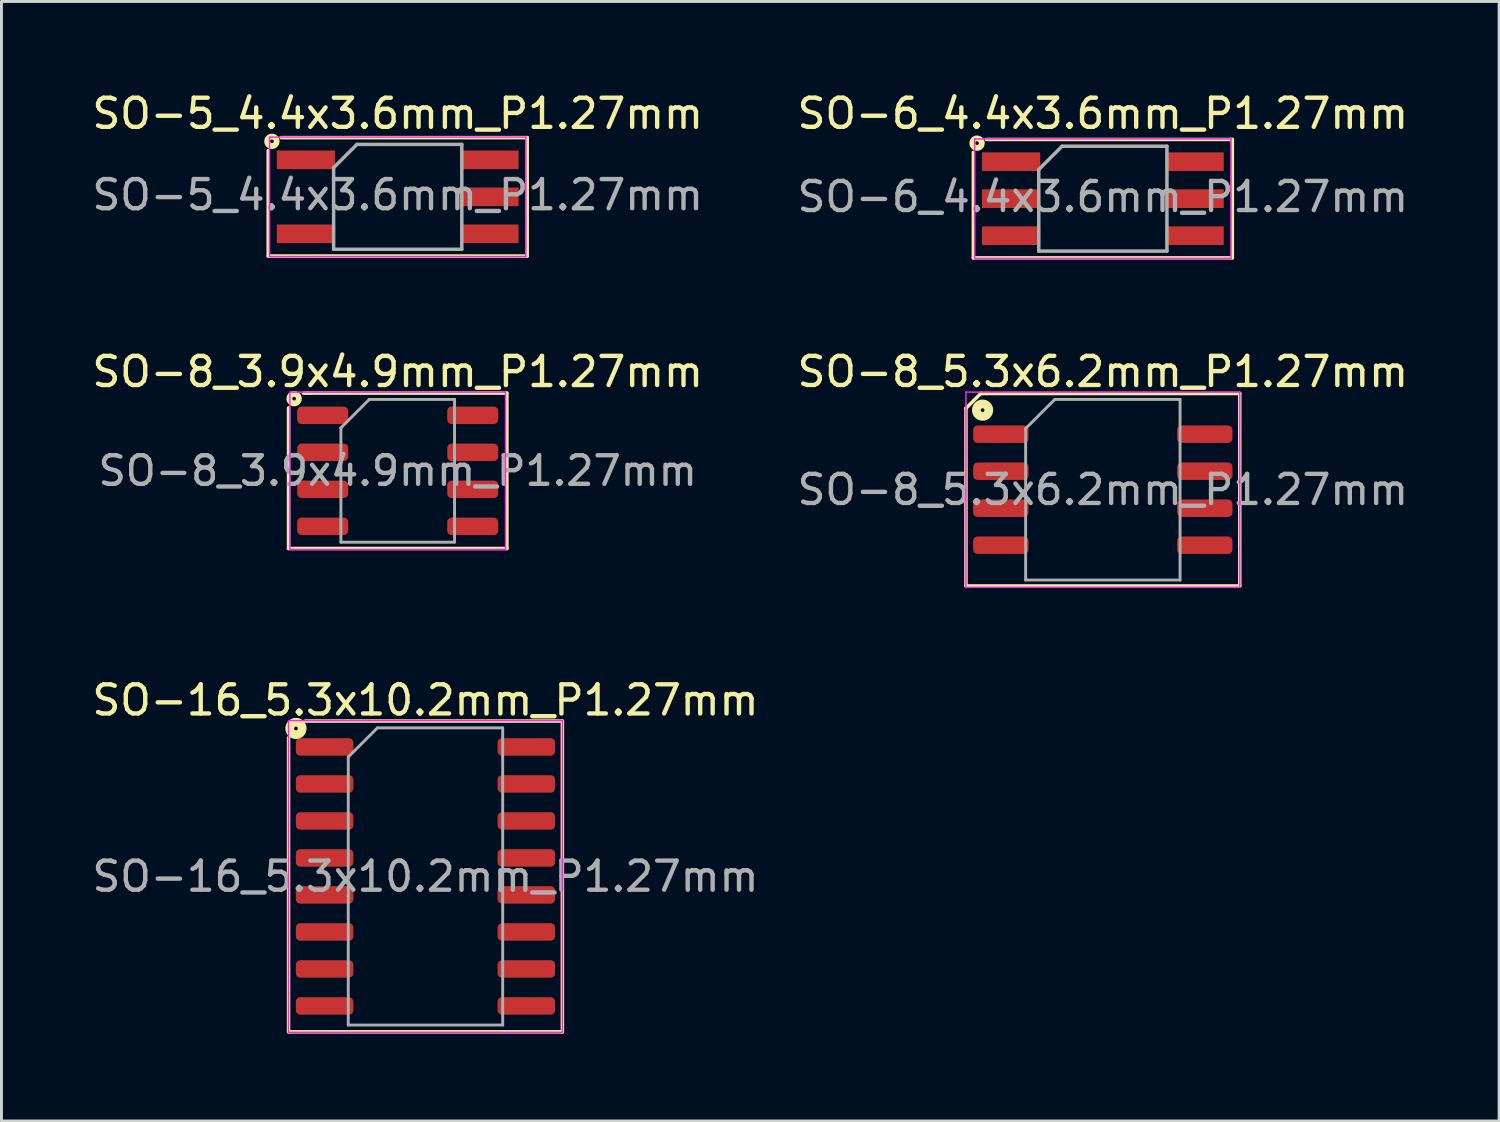
<source format=kicad_pcb>
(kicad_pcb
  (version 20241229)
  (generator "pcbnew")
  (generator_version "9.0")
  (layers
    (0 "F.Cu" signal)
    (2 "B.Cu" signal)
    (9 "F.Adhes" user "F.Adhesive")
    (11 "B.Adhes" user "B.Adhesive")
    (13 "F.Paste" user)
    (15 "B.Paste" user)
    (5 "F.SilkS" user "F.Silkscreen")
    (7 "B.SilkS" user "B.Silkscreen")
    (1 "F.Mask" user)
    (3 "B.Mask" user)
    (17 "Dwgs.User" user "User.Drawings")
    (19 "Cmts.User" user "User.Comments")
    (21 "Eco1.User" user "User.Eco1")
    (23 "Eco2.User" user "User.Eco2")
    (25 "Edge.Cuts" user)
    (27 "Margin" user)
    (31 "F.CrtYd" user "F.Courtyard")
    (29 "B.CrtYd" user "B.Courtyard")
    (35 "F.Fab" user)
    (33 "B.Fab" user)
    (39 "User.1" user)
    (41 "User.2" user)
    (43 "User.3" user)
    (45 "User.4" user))
  (footprint "SO-8_5.3x6.2mm_P1.27mm"
    (layer "F.Cu")
    (at 34.804 13.759)
    (property "Reference" "SO-8_5.3x6.2mm_P1.27mm" (at 0 -4.05 0) (layer "F.SilkS") (effects (font (size 1 1) (thickness 0.15))))
    (attr smd)
    (fp_line (start -4.699 -2.794) (end -4.699 3.302) (stroke (width 0.12) (type solid)) (layer "F.SilkS"))
    (fp_line (start -4.699 -2.794) (end -4.191 -3.302) (stroke (width 0.12) (type solid)) (layer "F.SilkS"))
    (fp_line (start -4.699 3.302) (end 4.699 3.302) (stroke (width 0.12) (type solid)) (layer "F.SilkS"))
    (fp_line (start 4.699 -3.302) (end -4.191 -3.302) (stroke (width 0.12) (type solid)) (layer "F.SilkS"))
    (fp_line (start 4.699 3.302) (end 4.699 -3.302) (stroke (width 0.12) (type solid)) (layer "F.SilkS"))
    (fp_circle (center -4.128 -2.731) (end -4.064 -2.731) (stroke (width 0.3) (type solid)) (fill no) (layer "F.SilkS"))
    (fp_line (start -4.7 -3.35) (end -4.7 3.35) (stroke (width 0.05) (type solid)) (layer "F.CrtYd"))
    (fp_line (start -4.7 3.35) (end 4.7 3.35) (stroke (width 0.05) (type solid)) (layer "F.CrtYd"))
    (fp_line (start 4.7 -3.35) (end -4.7 -3.35) (stroke (width 0.05) (type solid)) (layer "F.CrtYd"))
    (fp_line (start 4.7 3.35) (end 4.7 -3.35) (stroke (width 0.05) (type solid)) (layer "F.CrtYd"))
    (fp_line (start -2.65 -2.1) (end -1.65 -3.1) (stroke (width 0.1) (type solid)) (layer "F.Fab"))
    (fp_line (start -2.65 3.1) (end -2.65 -2.1) (stroke (width 0.1) (type solid)) (layer "F.Fab"))
    (fp_line (start -1.65 -3.1) (end 2.65 -3.1) (stroke (width 0.1) (type solid)) (layer "F.Fab"))
    (fp_line (start 2.65 -3.1) (end 2.65 3.1) (stroke (width 0.1) (type solid)) (layer "F.Fab"))
    (fp_line (start 2.65 3.1) (end -2.65 3.1) (stroke (width 0.1) (type solid)) (layer "F.Fab"))
    (fp_text user "${REFERENCE}" (at 0 0 0) (layer "F.Fab") (effects (font (size 1 1) (thickness 0.15))))
    (pad "1" smd roundrect (at -3.5 -1.905) (size 1.9 0.6) (layers "F.Cu" "F.Mask" "F.Paste") (roundrect_rratio 0.25))
    (pad "2" smd roundrect (at -3.5 -0.635) (size 1.9 0.6) (layers "F.Cu" "F.Mask" "F.Paste") (roundrect_rratio 0.25))
    (pad "3" smd roundrect (at -3.5 0.635) (size 1.9 0.6) (layers "F.Cu" "F.Mask" "F.Paste") (roundrect_rratio 0.25))
    (pad "4" smd roundrect (at -3.5 1.905) (size 1.9 0.6) (layers "F.Cu" "F.Mask" "F.Paste") (roundrect_rratio 0.25))
    (pad "5" smd roundrect (at 3.5 1.905) (size 1.9 0.6) (layers "F.Cu" "F.Mask" "F.Paste") (roundrect_rratio 0.25))
    (pad "6" smd roundrect (at 3.5 0.635) (size 1.9 0.6) (layers "F.Cu" "F.Mask" "F.Paste") (roundrect_rratio 0.25))
    (pad "7" smd roundrect (at 3.5 -0.635) (size 1.9 0.6) (layers "F.Cu" "F.Mask" "F.Paste") (roundrect_rratio 0.25))
    (pad "8" smd roundrect (at 3.5 -1.905) (size 1.9 0.6) (layers "F.Cu" "F.Mask" "F.Paste") (roundrect_rratio 0.25)))
  (footprint "SO-8_3.9x4.9mm_P1.27mm"
    (layer "F.Cu")
    (at 10.601 13.11)
    (property "Reference" "SO-8_3.9x4.9mm_P1.27mm" (at 0 -3.4 0) (layer "F.SilkS") (effects (font (size 1 1) (thickness 0.15))))
    (attr smd)
    (fp_line (start -3.747 -2.159) (end -3.747 2.667) (stroke (width 0.12) (type solid)) (layer "F.SilkS"))
    (fp_line (start -3.747 2.667) (end 3.747 2.667) (stroke (width 0.12) (type solid)) (layer "F.SilkS"))
    (fp_line (start -3.111 -2.667) (end -3.239 -2.667) (stroke (width 0.12) (type solid)) (layer "F.SilkS"))
    (fp_line (start 3.747 -2.667) (end -3.111 -2.667) (stroke (width 0.12) (type solid)) (layer "F.SilkS"))
    (fp_line (start 3.747 2.667) (end 3.747 -2.667) (stroke (width 0.12) (type solid)) (layer "F.SilkS"))
    (fp_circle (center -3.556 -2.477) (end -3.493 -2.477) (stroke (width 0.2) (type solid)) (fill no) (layer "F.SilkS"))
    (fp_line (start -3.7 -2.7) (end -3.7 2.7) (stroke (width 0.05) (type solid)) (layer "F.CrtYd"))
    (fp_line (start -3.7 2.7) (end 3.7 2.7) (stroke (width 0.05) (type solid)) (layer "F.CrtYd"))
    (fp_line (start 3.7 -2.7) (end -3.7 -2.7) (stroke (width 0.05) (type solid)) (layer "F.CrtYd"))
    (fp_line (start 3.7 2.7) (end 3.7 -2.7) (stroke (width 0.05) (type solid)) (layer "F.CrtYd"))
    (fp_line (start -1.95 -1.475) (end -0.975 -2.45) (stroke (width 0.1) (type solid)) (layer "F.Fab"))
    (fp_line (start -1.95 2.45) (end -1.95 -1.475) (stroke (width 0.1) (type solid)) (layer "F.Fab"))
    (fp_line (start -0.975 -2.45) (end 1.95 -2.45) (stroke (width 0.1) (type solid)) (layer "F.Fab"))
    (fp_line (start 1.95 -2.45) (end 1.95 2.45) (stroke (width 0.1) (type solid)) (layer "F.Fab"))
    (fp_line (start 1.95 2.45) (end -1.95 2.45) (stroke (width 0.1) (type solid)) (layer "F.Fab"))
    (fp_text user "${REFERENCE}" (at 0 0 0) (layer "F.Fab") (effects (font (size 0.98 0.98) (thickness 0.15))))
    (pad "1" smd roundrect (at -2.575 -1.905) (size 1.75 0.6) (layers "F.Cu" "F.Mask" "F.Paste") (roundrect_rratio 0.25))
    (pad "2" smd roundrect (at -2.575 -0.635) (size 1.75 0.6) (layers "F.Cu" "F.Mask" "F.Paste") (roundrect_rratio 0.25))
    (pad "3" smd roundrect (at -2.575 0.635) (size 1.75 0.6) (layers "F.Cu" "F.Mask" "F.Paste") (roundrect_rratio 0.25))
    (pad "4" smd roundrect (at -2.575 1.905) (size 1.75 0.6) (layers "F.Cu" "F.Mask" "F.Paste") (roundrect_rratio 0.25))
    (pad "5" smd roundrect (at 2.575 1.905) (size 1.75 0.6) (layers "F.Cu" "F.Mask" "F.Paste") (roundrect_rratio 0.25))
    (pad "6" smd roundrect (at 2.575 0.635) (size 1.75 0.6) (layers "F.Cu" "F.Mask" "F.Paste") (roundrect_rratio 0.25))
    (pad "7" smd roundrect (at 2.575 -0.635) (size 1.75 0.6) (layers "F.Cu" "F.Mask" "F.Paste") (roundrect_rratio 0.25))
    (pad "8" smd roundrect (at 2.575 -1.905) (size 1.75 0.6) (layers "F.Cu" "F.Mask" "F.Paste") (roundrect_rratio 0.25)))
  (footprint "SO-5_4.4x3.6mm_P1.27mm"
    (layer "F.Cu")
    (at 10.601 3.706)
    (property "Reference" "SO-5_4.4x3.6mm_P1.27mm" (at 0 -2.857 0) (layer "F.SilkS") (effects (font (size 1 1) (thickness 0.15))))
    (attr smd)
    (fp_line (start -4.445 2.032) (end -4.445 -1.587) (stroke (width 0.12) (type solid)) (layer "F.SilkS"))
    (fp_line (start -4 -2.032) (end 4.381 -2.032) (stroke (width 0.12) (type solid)) (layer "F.SilkS"))
    (fp_line (start 4.381 -2.032) (end 4.445 -2.032) (stroke (width 0.12) (type solid)) (layer "F.SilkS"))
    (fp_line (start 4.445 -2.032) (end 4.445 2.032) (stroke (width 0.12) (type solid)) (layer "F.SilkS"))
    (fp_line (start 4.445 2.032) (end -4.445 2.032) (stroke (width 0.12) (type solid)) (layer "F.SilkS"))
    (fp_circle (center -4.318 -1.905) (end -4.255 -1.905) (stroke (width 0.2) (type solid)) (fill no) (layer "F.SilkS"))
    (fp_line (start -4.4 -2.05) (end -4.4 2.05) (stroke (width 0.05) (type solid)) (layer "F.CrtYd"))
    (fp_line (start -4.4 -2.05) (end 4.4 -2.05) (stroke (width 0.05) (type solid)) (layer "F.CrtYd"))
    (fp_line (start 4.4 2.05) (end -4.4 2.05) (stroke (width 0.05) (type solid)) (layer "F.CrtYd"))
    (fp_line (start 4.4 2.05) (end 4.4 -2.05) (stroke (width 0.05) (type solid)) (layer "F.CrtYd"))
    (fp_line (start -2.2 -1) (end -1.4 -1.8) (stroke (width 0.12) (type solid)) (layer "F.Fab"))
    (fp_line (start -2.2 1.8) (end -2.2 -1) (stroke (width 0.12) (type solid)) (layer "F.Fab"))
    (fp_line (start -1.4 -1.8) (end 2.2 -1.8) (stroke (width 0.12) (type solid)) (layer "F.Fab"))
    (fp_line (start 2.2 -1.8) (end 2.2 1.8) (stroke (width 0.12) (type solid)) (layer "F.Fab"))
    (fp_line (start 2.2 1.8) (end -2.2 1.8) (stroke (width 0.12) (type solid)) (layer "F.Fab"))
    (fp_text user "${REFERENCE}" (at 0 -0.065 0) (layer "F.Fab") (effects (font (size 1 1) (thickness 0.15))))
    (pad "1" smd rect (at -3.15 -1.27) (size 2 0.64) (layers "F.Cu" "F.Mask" "F.Paste"))
    (pad "3" smd rect (at -3.15 1.27) (size 2 0.64) (layers "F.Cu" "F.Mask" "F.Paste"))
    (pad "4" smd rect (at 3.15 1.27) (size 2 0.64) (layers "F.Cu" "F.Mask" "F.Paste"))
    (pad "5" smd rect (at 3.15 0) (size 2 0.64) (layers "F.Cu" "F.Mask" "F.Paste"))
    (pad "6" smd rect (at 3.15 -1.27) (size 2 0.64) (layers "F.Cu" "F.Mask" "F.Paste")))
  (footprint "SO-16_5.3x10.2mm_P1.27mm"
    (layer "F.Cu")
    (at 11.554 27.033)
    (property "Reference" "SO-16_5.3x10.2mm_P1.27mm" (at 0 -6.05 0) (layer "F.SilkS") (effects (font (size 1 1) (thickness 0.15))))
    (attr smd)
    (fp_line (start -4.699 -4.763) (end -4.699 5.334) (stroke (width 0.12) (type solid)) (layer "F.SilkS"))
    (fp_line (start -4.699 5.334) (end 4.699 5.334) (stroke (width 0.12) (type solid)) (layer "F.SilkS"))
    (fp_line (start 4.699 -5.334) (end -4.128 -5.334) (stroke (width 0.12) (type solid)) (layer "F.SilkS"))
    (fp_line (start 4.699 5.334) (end 4.699 -5.334) (stroke (width 0.12) (type solid)) (layer "F.SilkS"))
    (fp_circle (center -4.445 -5.08) (end -4.381 -5.08) (stroke (width 0.3) (type solid)) (fill no) (layer "F.SilkS"))
    (fp_line (start -4.7 -5.35) (end -4.7 5.35) (stroke (width 0.05) (type solid)) (layer "F.CrtYd"))
    (fp_line (start -4.7 5.35) (end 4.7 5.35) (stroke (width 0.05) (type solid)) (layer "F.CrtYd"))
    (fp_line (start 4.7 -5.35) (end -4.7 -5.35) (stroke (width 0.05) (type solid)) (layer "F.CrtYd"))
    (fp_line (start 4.7 5.35) (end 4.7 -5.35) (stroke (width 0.05) (type solid)) (layer "F.CrtYd"))
    (fp_line (start -2.65 -4.1) (end -1.65 -5.1) (stroke (width 0.1) (type solid)) (layer "F.Fab"))
    (fp_line (start -2.65 5.1) (end -2.65 -4.1) (stroke (width 0.1) (type solid)) (layer "F.Fab"))
    (fp_line (start -1.65 -5.1) (end 2.65 -5.1) (stroke (width 0.1) (type solid)) (layer "F.Fab"))
    (fp_line (start 2.65 -5.1) (end 2.65 5.1) (stroke (width 0.1) (type solid)) (layer "F.Fab"))
    (fp_line (start 2.65 5.1) (end -2.65 5.1) (stroke (width 0.1) (type solid)) (layer "F.Fab"))
    (fp_text user "${REFERENCE}" (at 0 0 0) (layer "F.Fab") (effects (font (size 1 1) (thickness 0.15))))
    (pad "1" smd roundrect (at -3.462 -4.445) (size 1.975 0.6) (layers "F.Cu" "F.Mask" "F.Paste") (roundrect_rratio 0.25))
    (pad "2" smd roundrect (at -3.462 -3.175) (size 1.975 0.6) (layers "F.Cu" "F.Mask" "F.Paste") (roundrect_rratio 0.25))
    (pad "3" smd roundrect (at -3.462 -1.905) (size 1.975 0.6) (layers "F.Cu" "F.Mask" "F.Paste") (roundrect_rratio 0.25))
    (pad "4" smd roundrect (at -3.462 -0.635) (size 1.975 0.6) (layers "F.Cu" "F.Mask" "F.Paste") (roundrect_rratio 0.25))
    (pad "5" smd roundrect (at -3.462 0.635) (size 1.975 0.6) (layers "F.Cu" "F.Mask" "F.Paste") (roundrect_rratio 0.25))
    (pad "6" smd roundrect (at -3.462 1.905) (size 1.975 0.6) (layers "F.Cu" "F.Mask" "F.Paste") (roundrect_rratio 0.25))
    (pad "7" smd roundrect (at -3.462 3.175) (size 1.975 0.6) (layers "F.Cu" "F.Mask" "F.Paste") (roundrect_rratio 0.25))
    (pad "8" smd roundrect (at -3.462 4.445) (size 1.975 0.6) (layers "F.Cu" "F.Mask" "F.Paste") (roundrect_rratio 0.25))
    (pad "9" smd roundrect (at 3.462 4.445) (size 1.975 0.6) (layers "F.Cu" "F.Mask" "F.Paste") (roundrect_rratio 0.25))
    (pad "10" smd roundrect (at 3.462 3.175) (size 1.975 0.6) (layers "F.Cu" "F.Mask" "F.Paste") (roundrect_rratio 0.25))
    (pad "11" smd roundrect (at 3.462 1.905) (size 1.975 0.6) (layers "F.Cu" "F.Mask" "F.Paste") (roundrect_rratio 0.25))
    (pad "12" smd roundrect (at 3.462 0.635) (size 1.975 0.6) (layers "F.Cu" "F.Mask" "F.Paste") (roundrect_rratio 0.25))
    (pad "13" smd roundrect (at 3.462 -0.635) (size 1.975 0.6) (layers "F.Cu" "F.Mask" "F.Paste") (roundrect_rratio 0.25))
    (pad "14" smd roundrect (at 3.462 -1.905) (size 1.975 0.6) (layers "F.Cu" "F.Mask" "F.Paste") (roundrect_rratio 0.25))
    (pad "15" smd roundrect (at 3.462 -3.175) (size 1.975 0.6) (layers "F.Cu" "F.Mask" "F.Paste") (roundrect_rratio 0.25))
    (pad "16" smd roundrect (at 3.462 -4.445) (size 1.975 0.6) (layers "F.Cu" "F.Mask" "F.Paste") (roundrect_rratio 0.25)))
  (footprint "SO-6_4.4x3.6mm_P1.27mm"
    (layer "F.Cu")
    (at 34.804 3.769)
    (property "Reference" "SO-6_4.4x3.6mm_P1.27mm" (at 0 -2.921 0) (layer "F.SilkS") (effects (font (size 1 1) (thickness 0.15))))
    (attr smd)
    (fp_line (start -4.445 2.032) (end -4.445 -1.587) (stroke (width 0.12) (type solid)) (layer "F.SilkS"))
    (fp_line (start -4 -2.032) (end 4.381 -2.032) (stroke (width 0.12) (type solid)) (layer "F.SilkS"))
    (fp_line (start 4.381 -2.032) (end 4.445 -2.032) (stroke (width 0.12) (type solid)) (layer "F.SilkS"))
    (fp_line (start 4.445 -2.032) (end 4.445 2.032) (stroke (width 0.12) (type solid)) (layer "F.SilkS"))
    (fp_line (start 4.445 2.032) (end -4.445 2.032) (stroke (width 0.12) (type solid)) (layer "F.SilkS"))
    (fp_circle (center -4.318 -1.905) (end -4.255 -1.905) (stroke (width 0.2) (type solid)) (fill no) (layer "F.SilkS"))
    (fp_line (start -4.4 -2.05) (end -4.4 2.05) (stroke (width 0.05) (type solid)) (layer "F.CrtYd"))
    (fp_line (start -4.4 -2.05) (end 4.4 -2.05) (stroke (width 0.05) (type solid)) (layer "F.CrtYd"))
    (fp_line (start 4.4 2.05) (end -4.4 2.05) (stroke (width 0.05) (type solid)) (layer "F.CrtYd"))
    (fp_line (start 4.4 2.05) (end 4.4 -2.05) (stroke (width 0.05) (type solid)) (layer "F.CrtYd"))
    (fp_line (start -2.2 -1) (end -1.4 -1.8) (stroke (width 0.12) (type solid)) (layer "F.Fab"))
    (fp_line (start -2.2 1.8) (end -2.2 -1) (stroke (width 0.12) (type solid)) (layer "F.Fab"))
    (fp_line (start -1.4 -1.8) (end 2.2 -1.8) (stroke (width 0.12) (type solid)) (layer "F.Fab"))
    (fp_line (start 2.2 -1.8) (end 2.2 1.8) (stroke (width 0.12) (type solid)) (layer "F.Fab"))
    (fp_line (start 2.2 1.8) (end -2.2 1.8) (stroke (width 0.12) (type solid)) (layer "F.Fab"))
    (fp_text user "${REFERENCE}" (at 0 -0.065 0) (layer "F.Fab") (effects (font (size 1 1) (thickness 0.15))))
    (pad "1" smd rect (at -3.15 -1.27) (size 2 0.64) (layers "F.Cu" "F.Mask" "F.Paste"))
    (pad "2" smd rect (at -3.15 0) (size 2 0.64) (layers "F.Cu" "F.Mask" "F.Paste"))
    (pad "3" smd rect (at -3.15 1.27) (size 2 0.64) (layers "F.Cu" "F.Mask" "F.Paste"))
    (pad "4" smd rect (at 3.15 1.27) (size 2 0.64) (layers "F.Cu" "F.Mask" "F.Paste"))
    (pad "5" smd rect (at 3.15 0) (size 2 0.64) (layers "F.Cu" "F.Mask" "F.Paste"))
    (pad "6" smd rect (at 3.15 -1.27) (size 2 0.64) (layers "F.Cu" "F.Mask" "F.Paste")))
  (gr_rect
    (start -3 -3)
    (end 48.405 35.427)
    (stroke (width 0.1) (type default))
    (fill no)
    (layer "Edge.Cuts")))
</source>
